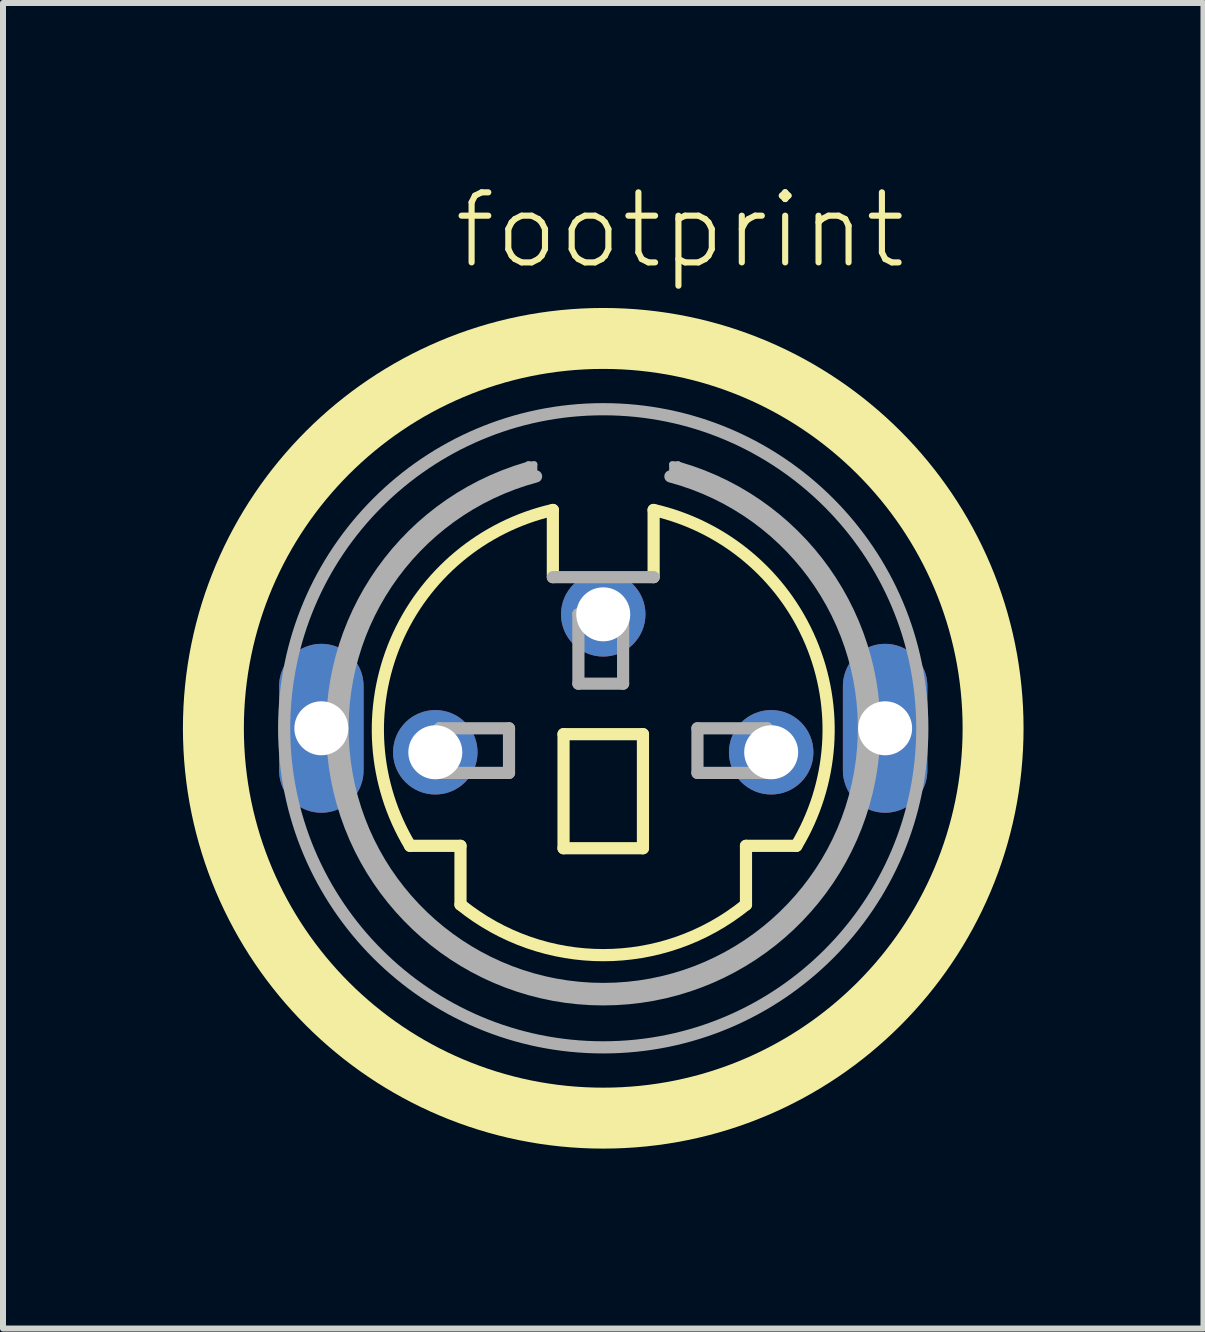
<source format=kicad_pcb>
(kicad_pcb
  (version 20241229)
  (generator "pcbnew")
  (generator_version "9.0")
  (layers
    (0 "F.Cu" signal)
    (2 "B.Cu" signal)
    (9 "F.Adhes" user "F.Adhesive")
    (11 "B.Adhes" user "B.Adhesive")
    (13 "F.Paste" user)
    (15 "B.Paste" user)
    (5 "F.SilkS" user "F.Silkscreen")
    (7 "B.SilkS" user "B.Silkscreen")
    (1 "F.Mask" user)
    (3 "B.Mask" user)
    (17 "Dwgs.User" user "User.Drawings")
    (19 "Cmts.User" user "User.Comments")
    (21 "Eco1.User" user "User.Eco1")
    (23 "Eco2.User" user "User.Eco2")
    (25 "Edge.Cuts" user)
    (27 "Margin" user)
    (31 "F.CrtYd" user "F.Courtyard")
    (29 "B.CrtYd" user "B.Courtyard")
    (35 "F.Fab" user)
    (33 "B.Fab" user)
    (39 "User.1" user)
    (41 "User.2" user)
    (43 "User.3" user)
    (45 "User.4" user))
  (footprint "footprint"
    (layer "F.Cu")
    (at 7.008 9.093)
    (property "Reference" "footprint" (at -2.54 -7.62 0) (layer "F.SilkS") (effects (font (size 1.168 1.168) (thickness 0.102)) (justify left bottom)))
    (fp_line (start -3.22 1.96) (end -2.38 1.96) (stroke (width 0.203) (type solid)) (layer "F.SilkS"))
    (fp_line (start -2.38 1.96) (end -2.38 2.94) (stroke (width 0.203) (type solid)) (layer "F.SilkS"))
    (fp_line (start -0.84 -2.52) (end -0.84 -3.64) (stroke (width 0.203) (type solid)) (layer "F.SilkS"))
    (fp_line (start -0.662 0.098) (end 0.662 0.098) (stroke (width 0.203) (type solid)) (layer "F.SilkS"))
    (fp_line (start -0.662 2) (end -0.662 0.098) (stroke (width 0.203) (type solid)) (layer "F.SilkS"))
    (fp_line (start 0.662 0.098) (end 0.662 2) (stroke (width 0.203) (type solid)) (layer "F.SilkS"))
    (fp_line (start 0.662 2) (end -0.662 2) (stroke (width 0.203) (type solid)) (layer "F.SilkS"))
    (fp_line (start 0.84 -3.64) (end 0.84 -2.52) (stroke (width 0.203) (type solid)) (layer "F.SilkS"))
    (fp_line (start 2.38 1.96) (end 2.38 2.94) (stroke (width 0.203) (type solid)) (layer "F.SilkS"))
    (fp_line (start 3.22 1.96) (end 2.38 1.96) (stroke (width 0.203) (type solid)) (layer "F.SilkS"))
    (fp_arc (start -3.22 1.96) (mid -3.458453 -1.447093) (end -0.84 -3.64) (stroke (width 0.2032) (type solid)) (layer "F.SilkS"))
    (fp_arc (start 0.84 -3.64) (mid 3.458453 -1.447093) (end 3.22 1.96) (stroke (width 0.2032) (type solid)) (layer "F.SilkS"))
    (fp_arc (start 2.38 2.94) (mid 0 3.782592) (end -2.38 2.94) (stroke (width 0.2032) (type solid)) (layer "F.SilkS"))
    (fp_circle (center 0 0) (end 6.5 0) (stroke (width 1.016) (type solid)) (fill no) (layer "F.SilkS"))
    (fp_line (start -2.729 0) (end -1.571 0) (stroke (width 0.203) (type solid)) (layer "F.Fab"))
    (fp_line (start -2.729 0.744) (end -2.729 0) (stroke (width 0.203) (type solid)) (layer "F.Fab"))
    (fp_line (start -1.571 0) (end -1.571 0.744) (stroke (width 0.203) (type solid)) (layer "F.Fab"))
    (fp_line (start -1.571 0.744) (end -2.729 0.744) (stroke (width 0.203) (type solid)) (layer "F.Fab"))
    (fp_line (start -1.25 -4.4) (end -1.25 -4.2) (stroke (width 0.102) (type solid)) (layer "F.Fab"))
    (fp_line (start -1.15 -4.4) (end -1.25 -4.4) (stroke (width 0.102) (type solid)) (layer "F.Fab"))
    (fp_line (start -1.15 -4.15) (end -1.15 -4.4) (stroke (width 0.102) (type solid)) (layer "F.Fab"))
    (fp_line (start -0.414 -1.902) (end 0.331 -1.902) (stroke (width 0.203) (type solid)) (layer "F.Fab"))
    (fp_line (start -0.414 -0.744) (end -0.414 -1.902) (stroke (width 0.203) (type solid)) (layer "F.Fab"))
    (fp_line (start 0.331 -1.902) (end 0.331 -0.744) (stroke (width 0.203) (type solid)) (layer "F.Fab"))
    (fp_line (start 0.331 -0.744) (end -0.414 -0.744) (stroke (width 0.203) (type solid)) (layer "F.Fab"))
    (fp_line (start 0.84 -2.52) (end -0.84 -2.52) (stroke (width 0.203) (type solid)) (layer "F.Fab"))
    (fp_line (start 1.15 -4.4) (end 1.25 -4.4) (stroke (width 0.102) (type solid)) (layer "F.Fab"))
    (fp_line (start 1.15 -4.15) (end 1.15 -4.4) (stroke (width 0.102) (type solid)) (layer "F.Fab"))
    (fp_line (start 1.25 -4.4) (end 1.25 -4.2) (stroke (width 0.102) (type solid)) (layer "F.Fab"))
    (fp_line (start 1.571 0) (end 2.729 0) (stroke (width 0.203) (type solid)) (layer "F.Fab"))
    (fp_line (start 1.571 0.744) (end 1.571 0) (stroke (width 0.203) (type solid)) (layer "F.Fab"))
    (fp_line (start 2.729 0) (end 2.729 0.744) (stroke (width 0.203) (type solid)) (layer "F.Fab"))
    (fp_line (start 2.729 0.744) (end 1.571 0.744) (stroke (width 0.203) (type solid)) (layer "F.Fab"))
    (fp_arc (start 1.12 -4.2) (mid 0 4.346769) (end -1.12 -4.2) (stroke (width 0.2032) (type solid)) (layer "F.Fab"))
    (fp_arc (start 1.26 -4.34) (mid 0 4.519203) (end -1.26 -4.34) (stroke (width 0.2032) (type solid)) (layer "F.Fab"))
    (fp_circle (center 0 0) (end 5.32 0) (stroke (width 0.203) (type solid)) (fill no) (layer "F.Fab"))
    (pad "1" thru_hole circle (at 2.8 0.4) (size 1.408 1.408) (drill 0.9) (layers "*.Cu" "*.Mask"))
    (pad "2" thru_hole circle (at -2.8 0.4) (size 1.408 1.408) (drill 0.9) (layers "*.Cu" "*.Mask"))
    (pad "3" thru_hole circle (at 0 -1.9) (size 1.408 1.408) (drill 0.9) (layers "*.Cu" "*.Mask"))
    (pad "M1" thru_hole oval (at -4.7 0 90) (size 2.816 1.408) (drill 0.9) (layers "*.Cu" "*.Mask"))
    (pad "M2" thru_hole oval (at 4.7 0 90) (size 2.816 1.408) (drill 0.9) (layers "*.Cu" "*.Mask")))
  (gr_rect
    (start -3 -3)
    (end 17.016 19.101)
    (stroke (width 0.1) (type default))
    (fill no)
    (layer "Edge.Cuts")))
</source>
